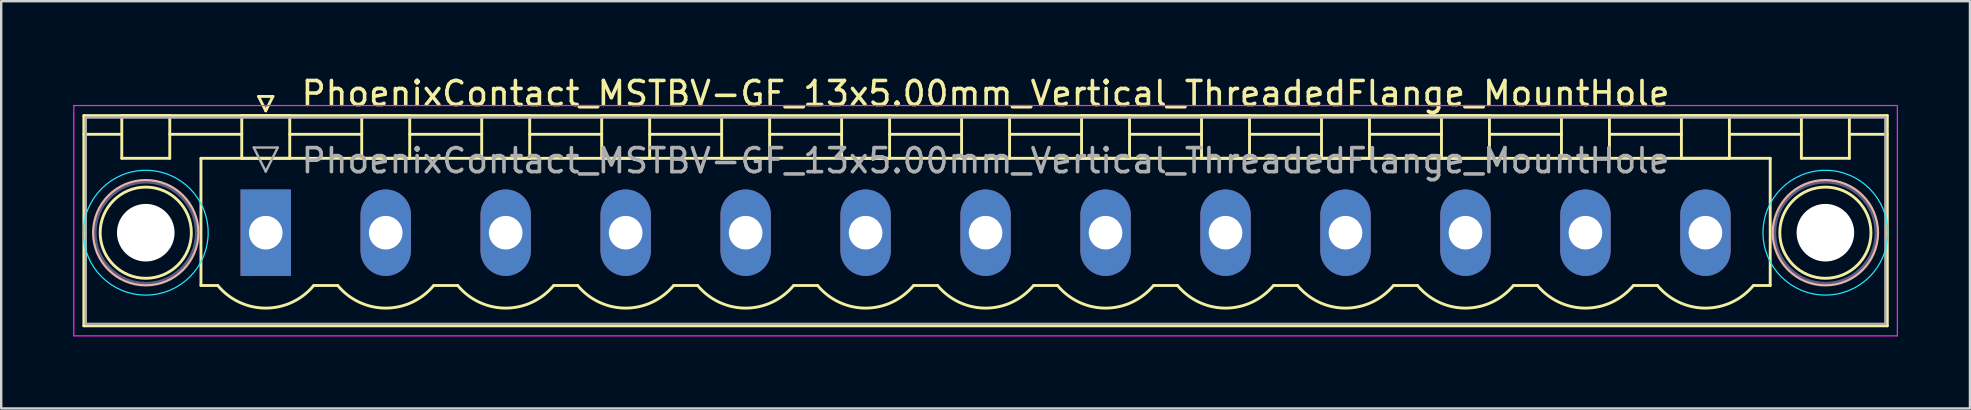
<source format=kicad_pcb>
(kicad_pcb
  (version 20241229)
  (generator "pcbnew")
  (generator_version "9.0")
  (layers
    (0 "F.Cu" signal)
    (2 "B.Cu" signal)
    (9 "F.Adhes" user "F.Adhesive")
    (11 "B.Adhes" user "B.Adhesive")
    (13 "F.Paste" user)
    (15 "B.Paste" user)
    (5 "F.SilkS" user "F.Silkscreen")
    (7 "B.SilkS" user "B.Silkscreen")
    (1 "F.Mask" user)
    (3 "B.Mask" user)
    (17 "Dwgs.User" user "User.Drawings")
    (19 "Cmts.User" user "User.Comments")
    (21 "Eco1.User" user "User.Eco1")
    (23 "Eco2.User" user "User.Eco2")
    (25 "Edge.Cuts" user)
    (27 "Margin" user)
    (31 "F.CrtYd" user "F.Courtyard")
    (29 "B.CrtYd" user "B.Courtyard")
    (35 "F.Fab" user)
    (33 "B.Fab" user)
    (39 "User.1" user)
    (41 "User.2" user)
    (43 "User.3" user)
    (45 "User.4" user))
  (footprint "PhoenixContact_MSTBV-GF_13x5.00mm_Vertical_ThreadedFlange_MountHole"
    (layer "F.Cu")
    (at 8.025 6.648)
    (property "Reference" "PhoenixContact_MSTBV-GF_13x5.00mm_Vertical_ThreadedFlange_MountHole" (at 30 -5.8 0) (layer "F.SilkS") (effects (font (size 1 1) (thickness 0.15))))
    (attr through_hole)
    (fp_line (start -7.58 -4.88) (end -7.58 3.88) (stroke (width 0.12) (type solid)) (layer "F.SilkS"))
    (fp_line (start -7.58 -4.1) (end -6.08 -4.1) (stroke (width 0.12) (type solid)) (layer "F.SilkS"))
    (fp_line (start -7.58 3.88) (end 67.58 3.88) (stroke (width 0.12) (type solid)) (layer "F.SilkS"))
    (fp_line (start -6 -4.88) (end -4 -4.88) (stroke (width 0.12) (type solid)) (layer "F.SilkS"))
    (fp_line (start -6 -3.1) (end -6 -4.88) (stroke (width 0.12) (type solid)) (layer "F.SilkS"))
    (fp_line (start -4 -4.88) (end -4 -3.1) (stroke (width 0.12) (type solid)) (layer "F.SilkS"))
    (fp_line (start -4 -4.1) (end -1 -4.1) (stroke (width 0.12) (type solid)) (layer "F.SilkS"))
    (fp_line (start -4 -3.1) (end -6 -3.1) (stroke (width 0.12) (type solid)) (layer "F.SilkS"))
    (fp_line (start -2.7 -3.1) (end 62.7 -3.1) (stroke (width 0.12) (type solid)) (layer "F.SilkS"))
    (fp_line (start -2.7 2.2) (end -2.7 -3.1) (stroke (width 0.12) (type solid)) (layer "F.SilkS"))
    (fp_line (start -2 2.2) (end -2.7 2.2) (stroke (width 0.12) (type solid)) (layer "F.SilkS"))
    (fp_line (start -1 -4.88) (end 1 -4.88) (stroke (width 0.12) (type solid)) (layer "F.SilkS"))
    (fp_line (start -1 -3.1) (end -1 -4.88) (stroke (width 0.12) (type solid)) (layer "F.SilkS"))
    (fp_line (start -0.3 -5.68) (end 0.3 -5.68) (stroke (width 0.12) (type solid)) (layer "F.SilkS"))
    (fp_line (start 0 -5.08) (end -0.3 -5.68) (stroke (width 0.12) (type solid)) (layer "F.SilkS"))
    (fp_line (start 0.3 -5.68) (end 0 -5.08) (stroke (width 0.12) (type solid)) (layer "F.SilkS"))
    (fp_line (start 1 -4.88) (end 1 -3.1) (stroke (width 0.12) (type solid)) (layer "F.SilkS"))
    (fp_line (start 1 -4.1) (end 4 -4.1) (stroke (width 0.12) (type solid)) (layer "F.SilkS"))
    (fp_line (start 1 -3.1) (end -1 -3.1) (stroke (width 0.12) (type solid)) (layer "F.SilkS"))
    (fp_line (start 2 2.2) (end 3 2.2) (stroke (width 0.12) (type solid)) (layer "F.SilkS"))
    (fp_line (start 4 -4.88) (end 6 -4.88) (stroke (width 0.12) (type solid)) (layer "F.SilkS"))
    (fp_line (start 4 -3.1) (end 4 -4.88) (stroke (width 0.12) (type solid)) (layer "F.SilkS"))
    (fp_line (start 6 -4.88) (end 6 -3.1) (stroke (width 0.12) (type solid)) (layer "F.SilkS"))
    (fp_line (start 6 -4.1) (end 9 -4.1) (stroke (width 0.12) (type solid)) (layer "F.SilkS"))
    (fp_line (start 6 -3.1) (end 4 -3.1) (stroke (width 0.12) (type solid)) (layer "F.SilkS"))
    (fp_line (start 7 2.2) (end 8 2.2) (stroke (width 0.12) (type solid)) (layer "F.SilkS"))
    (fp_line (start 9 -4.88) (end 11 -4.88) (stroke (width 0.12) (type solid)) (layer "F.SilkS"))
    (fp_line (start 9 -3.1) (end 9 -4.88) (stroke (width 0.12) (type solid)) (layer "F.SilkS"))
    (fp_line (start 11 -4.88) (end 11 -3.1) (stroke (width 0.12) (type solid)) (layer "F.SilkS"))
    (fp_line (start 11 -4.1) (end 14 -4.1) (stroke (width 0.12) (type solid)) (layer "F.SilkS"))
    (fp_line (start 11 -3.1) (end 9 -3.1) (stroke (width 0.12) (type solid)) (layer "F.SilkS"))
    (fp_line (start 12 2.2) (end 13 2.2) (stroke (width 0.12) (type solid)) (layer "F.SilkS"))
    (fp_line (start 14 -4.88) (end 16 -4.88) (stroke (width 0.12) (type solid)) (layer "F.SilkS"))
    (fp_line (start 14 -3.1) (end 14 -4.88) (stroke (width 0.12) (type solid)) (layer "F.SilkS"))
    (fp_line (start 16 -4.88) (end 16 -3.1) (stroke (width 0.12) (type solid)) (layer "F.SilkS"))
    (fp_line (start 16 -4.1) (end 19 -4.1) (stroke (width 0.12) (type solid)) (layer "F.SilkS"))
    (fp_line (start 16 -3.1) (end 14 -3.1) (stroke (width 0.12) (type solid)) (layer "F.SilkS"))
    (fp_line (start 17 2.2) (end 18 2.2) (stroke (width 0.12) (type solid)) (layer "F.SilkS"))
    (fp_line (start 19 -4.88) (end 21 -4.88) (stroke (width 0.12) (type solid)) (layer "F.SilkS"))
    (fp_line (start 19 -3.1) (end 19 -4.88) (stroke (width 0.12) (type solid)) (layer "F.SilkS"))
    (fp_line (start 21 -4.88) (end 21 -3.1) (stroke (width 0.12) (type solid)) (layer "F.SilkS"))
    (fp_line (start 21 -4.1) (end 24 -4.1) (stroke (width 0.12) (type solid)) (layer "F.SilkS"))
    (fp_line (start 21 -3.1) (end 19 -3.1) (stroke (width 0.12) (type solid)) (layer "F.SilkS"))
    (fp_line (start 22 2.2) (end 23 2.2) (stroke (width 0.12) (type solid)) (layer "F.SilkS"))
    (fp_line (start 24 -4.88) (end 26 -4.88) (stroke (width 0.12) (type solid)) (layer "F.SilkS"))
    (fp_line (start 24 -3.1) (end 24 -4.88) (stroke (width 0.12) (type solid)) (layer "F.SilkS"))
    (fp_line (start 26 -4.88) (end 26 -3.1) (stroke (width 0.12) (type solid)) (layer "F.SilkS"))
    (fp_line (start 26 -4.1) (end 29 -4.1) (stroke (width 0.12) (type solid)) (layer "F.SilkS"))
    (fp_line (start 26 -3.1) (end 24 -3.1) (stroke (width 0.12) (type solid)) (layer "F.SilkS"))
    (fp_line (start 27 2.2) (end 28 2.2) (stroke (width 0.12) (type solid)) (layer "F.SilkS"))
    (fp_line (start 29 -4.88) (end 31 -4.88) (stroke (width 0.12) (type solid)) (layer "F.SilkS"))
    (fp_line (start 29 -3.1) (end 29 -4.88) (stroke (width 0.12) (type solid)) (layer "F.SilkS"))
    (fp_line (start 31 -4.88) (end 31 -3.1) (stroke (width 0.12) (type solid)) (layer "F.SilkS"))
    (fp_line (start 31 -4.1) (end 34 -4.1) (stroke (width 0.12) (type solid)) (layer "F.SilkS"))
    (fp_line (start 31 -3.1) (end 29 -3.1) (stroke (width 0.12) (type solid)) (layer "F.SilkS"))
    (fp_line (start 32 2.2) (end 33 2.2) (stroke (width 0.12) (type solid)) (layer "F.SilkS"))
    (fp_line (start 34 -4.88) (end 36 -4.88) (stroke (width 0.12) (type solid)) (layer "F.SilkS"))
    (fp_line (start 34 -3.1) (end 34 -4.88) (stroke (width 0.12) (type solid)) (layer "F.SilkS"))
    (fp_line (start 36 -4.88) (end 36 -3.1) (stroke (width 0.12) (type solid)) (layer "F.SilkS"))
    (fp_line (start 36 -4.1) (end 39 -4.1) (stroke (width 0.12) (type solid)) (layer "F.SilkS"))
    (fp_line (start 36 -3.1) (end 34 -3.1) (stroke (width 0.12) (type solid)) (layer "F.SilkS"))
    (fp_line (start 37 2.2) (end 38 2.2) (stroke (width 0.12) (type solid)) (layer "F.SilkS"))
    (fp_line (start 39 -4.88) (end 41 -4.88) (stroke (width 0.12) (type solid)) (layer "F.SilkS"))
    (fp_line (start 39 -3.1) (end 39 -4.88) (stroke (width 0.12) (type solid)) (layer "F.SilkS"))
    (fp_line (start 41 -4.88) (end 41 -3.1) (stroke (width 0.12) (type solid)) (layer "F.SilkS"))
    (fp_line (start 41 -4.1) (end 44 -4.1) (stroke (width 0.12) (type solid)) (layer "F.SilkS"))
    (fp_line (start 41 -3.1) (end 39 -3.1) (stroke (width 0.12) (type solid)) (layer "F.SilkS"))
    (fp_line (start 42 2.2) (end 43 2.2) (stroke (width 0.12) (type solid)) (layer "F.SilkS"))
    (fp_line (start 44 -4.88) (end 46 -4.88) (stroke (width 0.12) (type solid)) (layer "F.SilkS"))
    (fp_line (start 44 -3.1) (end 44 -4.88) (stroke (width 0.12) (type solid)) (layer "F.SilkS"))
    (fp_line (start 46 -4.88) (end 46 -3.1) (stroke (width 0.12) (type solid)) (layer "F.SilkS"))
    (fp_line (start 46 -4.1) (end 49 -4.1) (stroke (width 0.12) (type solid)) (layer "F.SilkS"))
    (fp_line (start 46 -3.1) (end 44 -3.1) (stroke (width 0.12) (type solid)) (layer "F.SilkS"))
    (fp_line (start 47 2.2) (end 48 2.2) (stroke (width 0.12) (type solid)) (layer "F.SilkS"))
    (fp_line (start 49 -4.88) (end 51 -4.88) (stroke (width 0.12) (type solid)) (layer "F.SilkS"))
    (fp_line (start 49 -3.1) (end 49 -4.88) (stroke (width 0.12) (type solid)) (layer "F.SilkS"))
    (fp_line (start 51 -4.88) (end 51 -3.1) (stroke (width 0.12) (type solid)) (layer "F.SilkS"))
    (fp_line (start 51 -4.1) (end 54 -4.1) (stroke (width 0.12) (type solid)) (layer "F.SilkS"))
    (fp_line (start 51 -3.1) (end 49 -3.1) (stroke (width 0.12) (type solid)) (layer "F.SilkS"))
    (fp_line (start 52 2.2) (end 53 2.2) (stroke (width 0.12) (type solid)) (layer "F.SilkS"))
    (fp_line (start 54 -4.88) (end 56 -4.88) (stroke (width 0.12) (type solid)) (layer "F.SilkS"))
    (fp_line (start 54 -3.1) (end 54 -4.88) (stroke (width 0.12) (type solid)) (layer "F.SilkS"))
    (fp_line (start 56 -4.88) (end 56 -3.1) (stroke (width 0.12) (type solid)) (layer "F.SilkS"))
    (fp_line (start 56 -4.1) (end 59 -4.1) (stroke (width 0.12) (type solid)) (layer "F.SilkS"))
    (fp_line (start 56 -3.1) (end 54 -3.1) (stroke (width 0.12) (type solid)) (layer "F.SilkS"))
    (fp_line (start 57 2.2) (end 58 2.2) (stroke (width 0.12) (type solid)) (layer "F.SilkS"))
    (fp_line (start 59 -4.88) (end 61 -4.88) (stroke (width 0.12) (type solid)) (layer "F.SilkS"))
    (fp_line (start 59 -3.1) (end 59 -4.88) (stroke (width 0.12) (type solid)) (layer "F.SilkS"))
    (fp_line (start 61 -4.88) (end 61 -3.1) (stroke (width 0.12) (type solid)) (layer "F.SilkS"))
    (fp_line (start 61 -4.1) (end 64 -4.1) (stroke (width 0.12) (type solid)) (layer "F.SilkS"))
    (fp_line (start 61 -3.1) (end 59 -3.1) (stroke (width 0.12) (type solid)) (layer "F.SilkS"))
    (fp_line (start 62.7 -3.1) (end 62.7 2.2) (stroke (width 0.12) (type solid)) (layer "F.SilkS"))
    (fp_line (start 62.7 2.2) (end 62 2.2) (stroke (width 0.12) (type solid)) (layer "F.SilkS"))
    (fp_line (start 64 -4.88) (end 66 -4.88) (stroke (width 0.12) (type solid)) (layer "F.SilkS"))
    (fp_line (start 64 -3.1) (end 64 -4.88) (stroke (width 0.12) (type solid)) (layer "F.SilkS"))
    (fp_line (start 66 -4.88) (end 66 -3.1) (stroke (width 0.12) (type solid)) (layer "F.SilkS"))
    (fp_line (start 66 -3.1) (end 64 -3.1) (stroke (width 0.12) (type solid)) (layer "F.SilkS"))
    (fp_line (start 67.58 -4.88) (end -7.58 -4.88) (stroke (width 0.12) (type solid)) (layer "F.SilkS"))
    (fp_line (start 67.58 -4.1) (end 66.08 -4.1) (stroke (width 0.12) (type solid)) (layer "F.SilkS"))
    (fp_line (start 67.58 3.88) (end 67.58 -4.88) (stroke (width 0.12) (type solid)) (layer "F.SilkS"))
    (fp_arc (start 1.986842 2.215821) (mid -0.010289 3.142758) (end -2 2.2) (stroke (width 0.12) (type solid)) (layer "F.SilkS"))
    (fp_arc (start 6.986842 2.215821) (mid 4.989711 3.142758) (end 3 2.2) (stroke (width 0.12) (type solid)) (layer "F.SilkS"))
    (fp_arc (start 11.986842 2.215821) (mid 9.989711 3.142758) (end 8 2.2) (stroke (width 0.12) (type solid)) (layer "F.SilkS"))
    (fp_arc (start 16.986842 2.215821) (mid 14.989711 3.142758) (end 13 2.2) (stroke (width 0.12) (type solid)) (layer "F.SilkS"))
    (fp_arc (start 21.986842 2.215821) (mid 19.989711 3.142758) (end 18 2.2) (stroke (width 0.12) (type solid)) (layer "F.SilkS"))
    (fp_arc (start 26.986842 2.215821) (mid 24.989711 3.142758) (end 23 2.2) (stroke (width 0.12) (type solid)) (layer "F.SilkS"))
    (fp_arc (start 31.986842 2.215821) (mid 29.989711 3.142758) (end 28 2.2) (stroke (width 0.12) (type solid)) (layer "F.SilkS"))
    (fp_arc (start 36.986842 2.215821) (mid 34.989711 3.142758) (end 33 2.2) (stroke (width 0.12) (type solid)) (layer "F.SilkS"))
    (fp_arc (start 41.986842 2.215821) (mid 39.989711 3.142758) (end 38 2.2) (stroke (width 0.12) (type solid)) (layer "F.SilkS"))
    (fp_arc (start 46.986842 2.215821) (mid 44.989711 3.142758) (end 43 2.2) (stroke (width 0.12) (type solid)) (layer "F.SilkS"))
    (fp_arc (start 51.986842 2.215821) (mid 49.989711 3.142758) (end 48 2.2) (stroke (width 0.12) (type solid)) (layer "F.SilkS"))
    (fp_arc (start 56.986842 2.215821) (mid 54.989711 3.142758) (end 53 2.2) (stroke (width 0.12) (type solid)) (layer "F.SilkS"))
    (fp_arc (start 61.986842 2.215821) (mid 59.989711 3.142758) (end 58 2.2) (stroke (width 0.12) (type solid)) (layer "F.SilkS"))
    (fp_circle (center -5 0) (end -3.1 0) (stroke (width 0.12) (type solid)) (fill no) (layer "F.SilkS"))
    (fp_circle (center 65 0) (end 66.9 0) (stroke (width 0.12) (type solid)) (fill no) (layer "F.SilkS"))
    (fp_circle (center -5 0) (end -2.82 0) (stroke (width 0.12) (type solid)) (fill no) (layer "B.SilkS"))
    (fp_circle (center 65 0) (end 67.18 0) (stroke (width 0.12) (type solid)) (fill no) (layer "B.SilkS"))
    (fp_circle (center -5 0) (end -2.4 0) (stroke (width 0.05) (type solid)) (fill no) (layer "B.CrtYd"))
    (fp_circle (center 65 0) (end 67.6 0) (stroke (width 0.05) (type solid)) (fill no) (layer "B.CrtYd"))
    (fp_line (start -8 -5.3) (end -8 4.3) (stroke (width 0.05) (type solid)) (layer "F.CrtYd"))
    (fp_line (start -8 4.3) (end 68 4.3) (stroke (width 0.05) (type solid)) (layer "F.CrtYd"))
    (fp_line (start 68 -5.3) (end -8 -5.3) (stroke (width 0.05) (type solid)) (layer "F.CrtYd"))
    (fp_line (start 68 4.3) (end 68 -5.3) (stroke (width 0.05) (type solid)) (layer "F.CrtYd"))
    (fp_circle (center -5 0) (end -2.9 0) (stroke (width 0.1) (type solid)) (fill no) (layer "B.Fab"))
    (fp_circle (center 65 0) (end 67.1 0) (stroke (width 0.1) (type solid)) (fill no) (layer "B.Fab"))
    (fp_line (start -7.5 -4.8) (end -7.5 3.8) (stroke (width 0.1) (type solid)) (layer "F.Fab"))
    (fp_line (start -7.5 3.8) (end 67.5 3.8) (stroke (width 0.1) (type solid)) (layer "F.Fab"))
    (fp_line (start -0.5 -3.55) (end 0.5 -3.55) (stroke (width 0.1) (type solid)) (layer "F.Fab"))
    (fp_line (start 0 -2.55) (end -0.5 -3.55) (stroke (width 0.1) (type solid)) (layer "F.Fab"))
    (fp_line (start 0.5 -3.55) (end 0 -2.55) (stroke (width 0.1) (type solid)) (layer "F.Fab"))
    (fp_line (start 67.5 -4.8) (end -7.5 -4.8) (stroke (width 0.1) (type solid)) (layer "F.Fab"))
    (fp_line (start 67.5 3.8) (end 67.5 -4.8) (stroke (width 0.1) (type solid)) (layer "F.Fab"))
    (fp_text user "${REFERENCE}" (at 30 -3 0) (layer "F.Fab") (effects (font (size 1 1) (thickness 0.15))))
    (pad "" np_thru_hole circle (at -5 0) (size 2.4 2.4) (drill 2.4) (layers "*.Cu" "*.Mask"))
    (pad "" np_thru_hole circle (at 65 0) (size 2.4 2.4) (drill 2.4) (layers "*.Cu" "*.Mask"))
    (pad "1" thru_hole rect (at 0 0) (size 2.1 3.6) (drill 1.4) (layers "*.Cu" "*.Mask"))
    (pad "2" thru_hole oval (at 5 0) (size 2.1 3.6) (drill 1.4) (layers "*.Cu" "*.Mask"))
    (pad "3" thru_hole oval (at 10 0) (size 2.1 3.6) (drill 1.4) (layers "*.Cu" "*.Mask"))
    (pad "4" thru_hole oval (at 15 0) (size 2.1 3.6) (drill 1.4) (layers "*.Cu" "*.Mask"))
    (pad "5" thru_hole oval (at 20 0) (size 2.1 3.6) (drill 1.4) (layers "*.Cu" "*.Mask"))
    (pad "6" thru_hole oval (at 25 0) (size 2.1 3.6) (drill 1.4) (layers "*.Cu" "*.Mask"))
    (pad "7" thru_hole oval (at 30 0) (size 2.1 3.6) (drill 1.4) (layers "*.Cu" "*.Mask"))
    (pad "8" thru_hole oval (at 35 0) (size 2.1 3.6) (drill 1.4) (layers "*.Cu" "*.Mask"))
    (pad "9" thru_hole oval (at 40 0) (size 2.1 3.6) (drill 1.4) (layers "*.Cu" "*.Mask"))
    (pad "10" thru_hole oval (at 45 0) (size 2.1 3.6) (drill 1.4) (layers "*.Cu" "*.Mask"))
    (pad "11" thru_hole oval (at 50 0) (size 2.1 3.6) (drill 1.4) (layers "*.Cu" "*.Mask"))
    (pad "12" thru_hole oval (at 55 0) (size 2.1 3.6) (drill 1.4) (layers "*.Cu" "*.Mask"))
    (pad "13" thru_hole oval (at 60 0) (size 2.1 3.6) (drill 1.4) (layers "*.Cu" "*.Mask")))
  (gr_rect
    (start -3 -3)
    (end 79.05 13.973)
    (stroke (width 0.1) (type default))
    (fill no)
    (layer "Edge.Cuts")))
</source>
